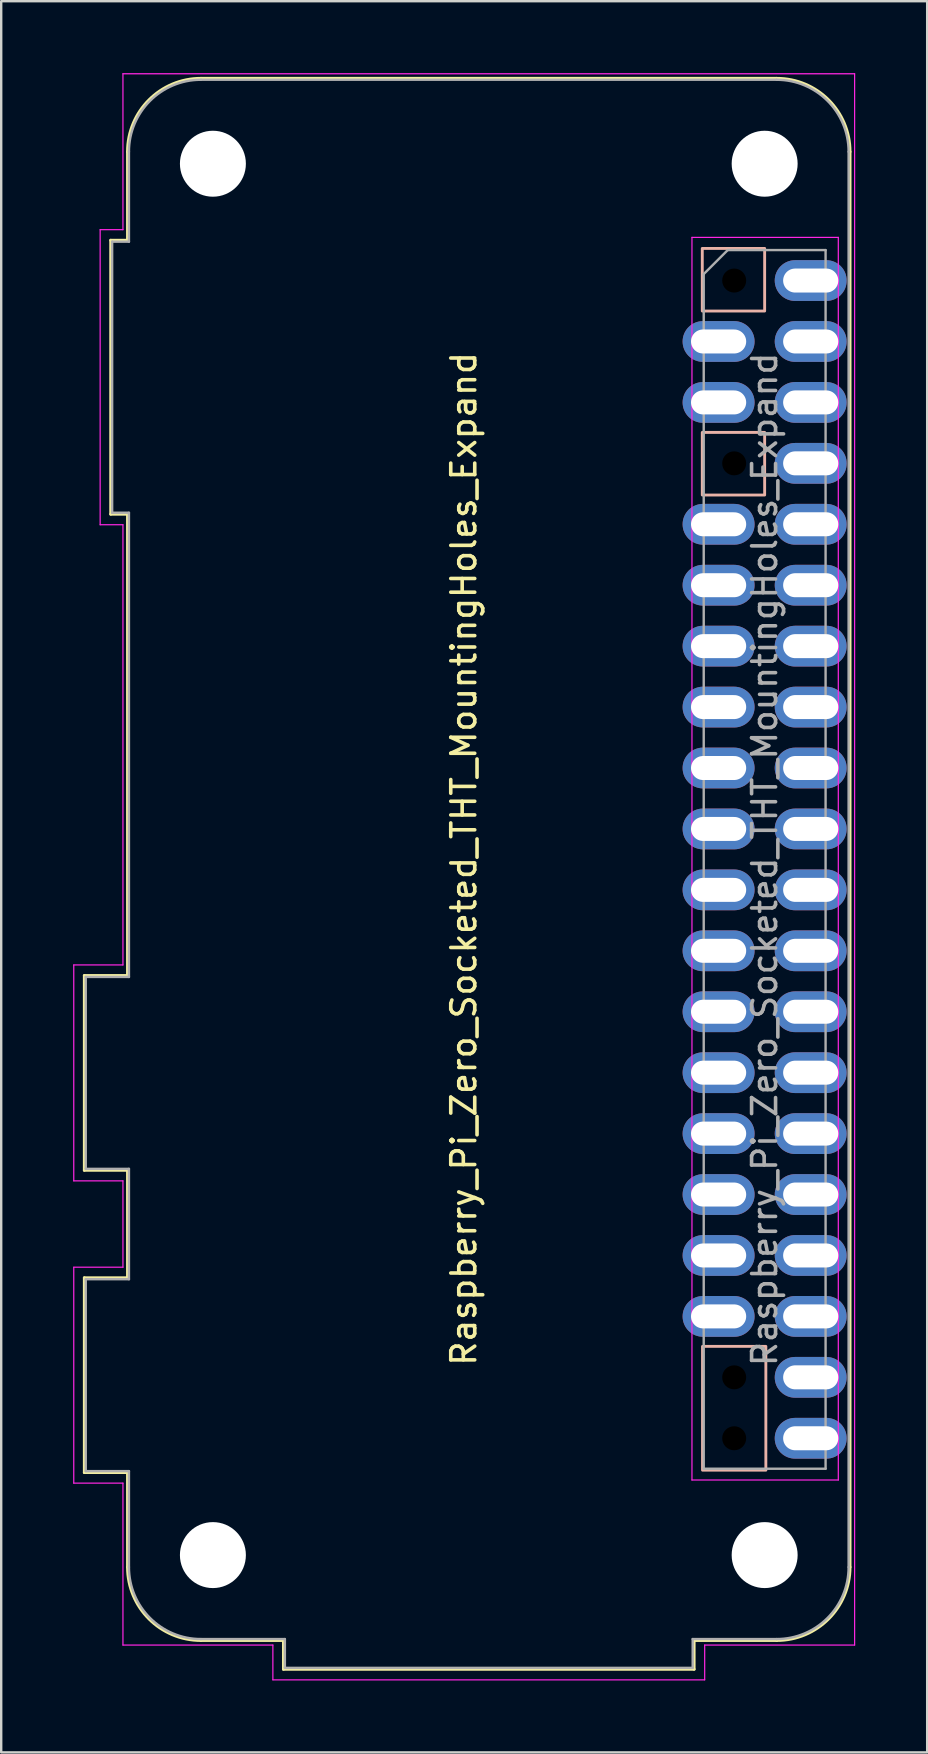
<source format=kicad_pcb>
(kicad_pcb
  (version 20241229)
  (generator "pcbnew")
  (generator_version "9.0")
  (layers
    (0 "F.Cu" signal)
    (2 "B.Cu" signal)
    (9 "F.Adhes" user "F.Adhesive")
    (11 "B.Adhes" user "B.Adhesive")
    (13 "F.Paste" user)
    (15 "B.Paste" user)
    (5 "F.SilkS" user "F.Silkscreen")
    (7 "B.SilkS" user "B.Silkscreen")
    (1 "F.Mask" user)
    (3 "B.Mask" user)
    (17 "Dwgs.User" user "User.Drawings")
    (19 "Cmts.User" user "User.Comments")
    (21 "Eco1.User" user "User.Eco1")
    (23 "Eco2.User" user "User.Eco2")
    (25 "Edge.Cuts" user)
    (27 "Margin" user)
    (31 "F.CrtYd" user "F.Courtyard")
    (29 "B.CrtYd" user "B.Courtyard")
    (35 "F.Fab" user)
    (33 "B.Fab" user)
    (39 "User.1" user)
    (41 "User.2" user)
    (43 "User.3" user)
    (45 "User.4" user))
  (footprint "Raspberry_Pi_Zero_Socketed_THT_MountingHoles_Expand"
    (layer "F.Cu")
    (at 28.875 32.775)
    (property "Reference" "Raspberry_Pi_Zero_Socketed_THT_MountingHoles_Expand" (at -12.59 -0.02 90) (layer "F.SilkS") (effects (font (size 1 1) (thickness 0.15))))
    (attr through_hole)
    (fp_line (start -28.41 4.84) (end -26.61 4.84) (stroke (width 0.12) (type solid)) (layer "F.SilkS"))
    (fp_line (start -28.41 12.96) (end -28.41 4.84) (stroke (width 0.12) (type solid)) (layer "F.SilkS"))
    (fp_line (start -28.41 17.44) (end -26.61 17.44) (stroke (width 0.12) (type solid)) (layer "F.SilkS"))
    (fp_line (start -28.41 25.56) (end -28.41 17.44) (stroke (width 0.12) (type solid)) (layer "F.SilkS"))
    (fp_line (start -27.31 -25.81) (end -26.61 -25.81) (stroke (width 0.12) (type solid)) (layer "F.SilkS"))
    (fp_line (start -27.31 -14.39) (end -27.31 -25.81) (stroke (width 0.12) (type solid)) (layer "F.SilkS"))
    (fp_line (start -26.61 -25.81) (end -26.61 -29.5) (stroke (width 0.12) (type solid)) (layer "F.SilkS"))
    (fp_line (start -26.61 -14.39) (end -27.31 -14.39) (stroke (width 0.12) (type solid)) (layer "F.SilkS"))
    (fp_line (start -26.61 4.84) (end -26.61 -14.39) (stroke (width 0.12) (type solid)) (layer "F.SilkS"))
    (fp_line (start -26.61 12.96) (end -28.41 12.96) (stroke (width 0.12) (type solid)) (layer "F.SilkS"))
    (fp_line (start -26.61 17.44) (end -26.61 12.96) (stroke (width 0.12) (type solid)) (layer "F.SilkS"))
    (fp_line (start -26.61 25.56) (end -28.41 25.56) (stroke (width 0.12) (type solid)) (layer "F.SilkS"))
    (fp_line (start -26.61 29.5) (end -26.61 25.56) (stroke (width 0.12) (type solid)) (layer "F.SilkS"))
    (fp_line (start -20.11 32.56) (end -23.55 32.56) (stroke (width 0.12) (type solid)) (layer "F.SilkS"))
    (fp_line (start -20.11 33.76) (end -20.11 32.56) (stroke (width 0.12) (type solid)) (layer "F.SilkS"))
    (fp_line (start -2.99 32.56) (end -2.99 33.76) (stroke (width 0.12) (type solid)) (layer "F.SilkS"))
    (fp_line (start -2.99 32.56) (end 0.45 32.56) (stroke (width 0.12) (type solid)) (layer "F.SilkS"))
    (fp_line (start -2.99 33.76) (end -20.11 33.76) (stroke (width 0.12) (type solid)) (layer "F.SilkS"))
    (fp_line (start 0.45 -32.56) (end -23.55 -32.56) (stroke (width 0.12) (type solid)) (layer "F.SilkS"))
    (fp_line (start 3.51 29.5) (end 3.51 -29.5) (stroke (width 0.12) (type solid)) (layer "F.SilkS"))
    (fp_arc (start -26.61 -29.5) (mid -25.713747 -31.663747) (end -23.55 -32.56) (stroke (width 0.12) (type solid)) (layer "F.SilkS"))
    (fp_arc (start -23.55 32.56) (mid -25.713747 31.663747) (end -26.61 29.5) (stroke (width 0.12) (type solid)) (layer "F.SilkS"))
    (fp_arc (start 0.45 -32.56) (mid 2.613747 -31.663747) (end 3.51 -29.5) (stroke (width 0.12) (type solid)) (layer "F.SilkS"))
    (fp_arc (start 3.51 29.5) (mid 2.613747 31.663747) (end 0.45 32.56) (stroke (width 0.12) (type solid)) (layer "F.SilkS"))
    (fp_rect (start -2.65 -25.47) (end -0.05 -22.86) (stroke (width 0.12) (type default)) (fill no) (layer "B.SilkS"))
    (fp_rect (start -2.64 20.3) (end 0 25.46) (stroke (width 0.12) (type default)) (fill no) (layer "B.SilkS"))
    (fp_rect (start -0.05 -15.19) (end -2.65 -17.8) (stroke (width 0.12) (type default)) (fill no) (layer "B.SilkS"))
    (fp_line (start -28.85 4.4) (end -26.8 4.4) (stroke (width 0.05) (type solid)) (layer "F.CrtYd"))
    (fp_line (start -28.85 13.4) (end -28.85 4.4) (stroke (width 0.05) (type solid)) (layer "F.CrtYd"))
    (fp_line (start -28.85 13.4) (end -26.8 13.4) (stroke (width 0.05) (type solid)) (layer "F.CrtYd"))
    (fp_line (start -28.85 17) (end -26.8 17) (stroke (width 0.05) (type solid)) (layer "F.CrtYd"))
    (fp_line (start -28.85 26) (end -28.85 17) (stroke (width 0.05) (type solid)) (layer "F.CrtYd"))
    (fp_line (start -28.85 26) (end -26.8 26) (stroke (width 0.05) (type solid)) (layer "F.CrtYd"))
    (fp_line (start -27.75 -26.25) (end -27.75 -13.95) (stroke (width 0.05) (type solid)) (layer "F.CrtYd"))
    (fp_line (start -27.75 -26.25) (end -26.8 -26.25) (stroke (width 0.05) (type solid)) (layer "F.CrtYd"))
    (fp_line (start -27.75 -13.95) (end -26.8 -13.95) (stroke (width 0.05) (type solid)) (layer "F.CrtYd"))
    (fp_line (start -26.8 -26.25) (end -26.8 -32.75) (stroke (width 0.05) (type solid)) (layer "F.CrtYd"))
    (fp_line (start -26.8 4.4) (end -26.8 -13.95) (stroke (width 0.05) (type solid)) (layer "F.CrtYd"))
    (fp_line (start -26.8 13.4) (end -26.8 17) (stroke (width 0.05) (type solid)) (layer "F.CrtYd"))
    (fp_line (start -26.8 26) (end -26.8 32.75) (stroke (width 0.05) (type solid)) (layer "F.CrtYd"))
    (fp_line (start -20.55 32.75) (end -26.8 32.75) (stroke (width 0.05) (type solid)) (layer "F.CrtYd"))
    (fp_line (start -20.55 34.2) (end -20.55 32.75) (stroke (width 0.05) (type solid)) (layer "F.CrtYd"))
    (fp_line (start -20.55 34.2) (end -2.55 34.2) (stroke (width 0.05) (type solid)) (layer "F.CrtYd"))
    (fp_line (start -3.08 -25.93) (end -3.08 25.87) (stroke (width 0.05) (type solid)) (layer "F.CrtYd"))
    (fp_line (start -3.08 25.87) (end 3.02 25.87) (stroke (width 0.05) (type solid)) (layer "F.CrtYd"))
    (fp_line (start -2.55 34.2) (end -2.55 32.75) (stroke (width 0.05) (type solid)) (layer "F.CrtYd"))
    (fp_line (start 3.02 -25.93) (end -3.08 -25.93) (stroke (width 0.05) (type solid)) (layer "F.CrtYd"))
    (fp_line (start 3.02 25.87) (end 3.02 -25.93) (stroke (width 0.05) (type solid)) (layer "F.CrtYd"))
    (fp_line (start 3.7 -32.75) (end -26.8 -32.75) (stroke (width 0.05) (type solid)) (layer "F.CrtYd"))
    (fp_line (start 3.7 32.75) (end -2.55 32.75) (stroke (width 0.05) (type solid)) (layer "F.CrtYd"))
    (fp_line (start 3.7 32.75) (end 3.7 -32.75) (stroke (width 0.05) (type solid)) (layer "F.CrtYd"))
    (fp_line (start -28.35 4.9) (end -26.55 4.9) (stroke (width 0.1) (type solid)) (layer "F.Fab"))
    (fp_line (start -28.35 12.9) (end -28.35 4.9) (stroke (width 0.1) (type solid)) (layer "F.Fab"))
    (fp_line (start -28.35 17.5) (end -26.55 17.5) (stroke (width 0.1) (type solid)) (layer "F.Fab"))
    (fp_line (start -28.35 25.5) (end -28.35 17.5) (stroke (width 0.1) (type solid)) (layer "F.Fab"))
    (fp_line (start -27.25 -14.45) (end -27.25 -25.75) (stroke (width 0.1) (type solid)) (layer "F.Fab"))
    (fp_line (start -26.55 -25.75) (end -27.25 -25.75) (stroke (width 0.1) (type solid)) (layer "F.Fab"))
    (fp_line (start -26.55 -25.75) (end -26.55 -29.5) (stroke (width 0.1) (type solid)) (layer "F.Fab"))
    (fp_line (start -26.55 -14.45) (end -27.25 -14.45) (stroke (width 0.1) (type solid)) (layer "F.Fab"))
    (fp_line (start -26.55 4.9) (end -26.55 -14.45) (stroke (width 0.1) (type solid)) (layer "F.Fab"))
    (fp_line (start -26.55 12.9) (end -28.35 12.9) (stroke (width 0.1) (type solid)) (layer "F.Fab"))
    (fp_line (start -26.55 17.5) (end -26.55 12.9) (stroke (width 0.1) (type solid)) (layer "F.Fab"))
    (fp_line (start -26.55 25.5) (end -28.35 25.5) (stroke (width 0.1) (type solid)) (layer "F.Fab"))
    (fp_line (start -26.55 25.5) (end -26.55 29.5) (stroke (width 0.1) (type solid)) (layer "F.Fab"))
    (fp_line (start -23.55 32.5) (end -20.05 32.5) (stroke (width 0.1) (type solid)) (layer "F.Fab"))
    (fp_line (start -20.05 32.5) (end -20.05 33.7) (stroke (width 0.1) (type solid)) (layer "F.Fab"))
    (fp_line (start -3.05 32.5) (end -3.05 33.7) (stroke (width 0.1) (type solid)) (layer "F.Fab"))
    (fp_line (start -3.05 33.7) (end -20.05 33.7) (stroke (width 0.1) (type solid)) (layer "F.Fab"))
    (fp_line (start -2.59 -24.4) (end -2.59 25.4) (stroke (width 0.1) (type solid)) (layer "F.Fab"))
    (fp_line (start -2.59 25.4) (end 2.49 25.4) (stroke (width 0.1) (type solid)) (layer "F.Fab"))
    (fp_line (start -1.59 -25.4) (end -2.59 -24.4) (stroke (width 0.1) (type solid)) (layer "F.Fab"))
    (fp_line (start 0.45 -32.5) (end -23.55 -32.5) (stroke (width 0.1) (type solid)) (layer "F.Fab"))
    (fp_line (start 0.45 32.5) (end -3.05 32.5) (stroke (width 0.1) (type solid)) (layer "F.Fab"))
    (fp_line (start 2.49 -25.4) (end -1.59 -25.4) (stroke (width 0.1) (type solid)) (layer "F.Fab"))
    (fp_line (start 2.49 25.4) (end 2.49 -25.4) (stroke (width 0.1) (type solid)) (layer "F.Fab"))
    (fp_line (start 3.45 29.5) (end 3.45 -29.5) (stroke (width 0.1) (type solid)) (layer "F.Fab"))
    (fp_arc (start -26.55 -29.5) (mid -25.67132 -31.62132) (end -23.55 -32.5) (stroke (width 0.1) (type solid)) (layer "F.Fab"))
    (fp_arc (start -23.55 32.5) (mid -25.67132 31.62132) (end -26.55 29.5) (stroke (width 0.1) (type solid)) (layer "F.Fab"))
    (fp_arc (start 0.45 -32.5) (mid 2.57132 -31.62132) (end 3.45 -29.5) (stroke (width 0.1) (type solid)) (layer "F.Fab"))
    (fp_arc (start 3.45 29.5) (mid 2.57132 31.62132) (end 0.45 32.5) (stroke (width 0.1) (type solid)) (layer "F.Fab"))
    (fp_text user "${REFERENCE}" (at -0.05 0 90) (layer "F.Fab") (effects (font (size 1 1) (thickness 0.15))))
    (pad "" np_thru_hole circle (at -23.05 -29 270) (size 2.75 2.75) (drill 2.75) (layers "*.Cu" "*.Mask"))
    (pad "" np_thru_hole circle (at -23.05 29 270) (size 2.75 2.75) (drill 2.75) (layers "*.Cu" "*.Mask"))
    (pad "" np_thru_hole circle (at -1.32 -24.13 315) (size 1.7 1.7) (drill 1) (layers "*.Mask"))
    (pad "" np_thru_hole circle (at -1.32 -16.51) (size 1.7 1.7) (drill 1) (layers "*.Mask"))
    (pad "" np_thru_hole oval (at -1.32 21.59) (size 1.7 1.7) (drill 1) (layers "*.Mask"))
    (pad "" np_thru_hole oval (at -1.32 24.13) (size 1.7 1.7) (drill 1) (layers "*.Mask"))
    (pad "" np_thru_hole circle (at -0.05 -29 270) (size 2.75 2.75) (drill 2.75) (layers "*.Cu" "*.Mask"))
    (pad "" np_thru_hole circle (at -0.05 29 270) (size 2.75 2.75) (drill 2.75) (layers "*.Cu" "*.Mask"))
    (pad "2" thru_hole oval (at 1.87 -24.13) (size 3 1.7) (drill oval 2.3 1) (layers "*.Cu" "*.Mask"))
    (pad "3" thru_hole oval (at -1.97 -21.59) (size 3 1.7) (drill oval 2.3 1) (layers "*.Cu" "*.Mask"))
    (pad "4" thru_hole oval (at 1.87 -21.59) (size 3 1.7) (drill oval 2.3 1) (layers "*.Cu" "*.Mask"))
    (pad "5" thru_hole oval (at -1.97 -19.05) (size 3 1.7) (drill oval 2.3 1) (layers "*.Cu" "*.Mask"))
    (pad "6" thru_hole oval (at 1.87 -19.05) (size 3 1.7) (drill oval 2.3 1) (layers "*.Cu" "*.Mask"))
    (pad "8" thru_hole oval (at 1.87 -16.51) (size 3 1.7) (drill oval 2.3 1) (layers "*.Cu" "*.Mask"))
    (pad "9" thru_hole oval (at -1.97 -13.97) (size 3 1.7) (drill oval 2.3 1) (layers "*.Cu" "*.Mask"))
    (pad "10" thru_hole oval (at 1.87 -13.97) (size 3 1.7) (drill oval 2.3 1) (layers "*.Cu" "*.Mask"))
    (pad "11" thru_hole oval (at -1.97 -11.43) (size 3 1.7) (drill oval 2.3 1) (layers "*.Cu" "*.Mask"))
    (pad "12" thru_hole oval (at 1.87 -11.43) (size 3 1.7) (drill oval 2.3 1) (layers "*.Cu" "*.Mask"))
    (pad "13" thru_hole oval (at -1.97 -8.89) (size 3 1.7) (drill oval 2.3 1) (layers "*.Cu" "*.Mask"))
    (pad "14" thru_hole oval (at 1.87 -8.89) (size 3 1.7) (drill oval 2.3 1) (layers "*.Cu" "*.Mask"))
    (pad "15" thru_hole oval (at -1.97 -6.35) (size 3 1.7) (drill oval 2.3 1) (layers "*.Cu" "*.Mask"))
    (pad "16" thru_hole oval (at 1.87 -6.35) (size 3 1.7) (drill oval 2.3 1) (layers "*.Cu" "*.Mask"))
    (pad "17" thru_hole oval (at -1.97 -3.81) (size 3 1.7) (drill oval 2.3 1) (layers "*.Cu" "*.Mask"))
    (pad "18" thru_hole oval (at 1.87 -3.81) (size 3 1.7) (drill oval 2.3 1) (layers "*.Cu" "*.Mask"))
    (pad "19" thru_hole oval (at -1.97 -1.27) (size 3 1.7) (drill oval 2.3 1) (layers "*.Cu" "*.Mask"))
    (pad "20" thru_hole oval (at 1.87 -1.27) (size 3 1.7) (drill oval 2.3 1) (layers "*.Cu" "*.Mask"))
    (pad "21" thru_hole oval (at -1.97 1.27) (size 3 1.7) (drill oval 2.3 1) (layers "*.Cu" "*.Mask"))
    (pad "22" thru_hole oval (at 1.87 1.27) (size 3 1.7) (drill oval 2.3 1) (layers "*.Cu" "*.Mask"))
    (pad "23" thru_hole oval (at -1.97 3.81) (size 3 1.7) (drill oval 2.3 1) (layers "*.Cu" "*.Mask"))
    (pad "24" thru_hole oval (at 1.87 3.81) (size 3 1.7) (drill oval 2.3 1) (layers "*.Cu" "*.Mask"))
    (pad "25" thru_hole oval (at -1.97 6.35) (size 3 1.7) (drill oval 2.3 1) (layers "*.Cu" "*.Mask"))
    (pad "26" thru_hole oval (at 1.87 6.35) (size 3 1.7) (drill oval 2.3 1) (layers "*.Cu" "*.Mask"))
    (pad "27" thru_hole oval (at -1.97 8.89) (size 3 1.7) (drill oval 2.3 1) (layers "*.Cu" "*.Mask"))
    (pad "28" thru_hole oval (at 1.87 8.89) (size 3 1.7) (drill oval 2.3 1) (layers "*.Cu" "*.Mask"))
    (pad "29" thru_hole oval (at -1.97 11.43) (size 3 1.7) (drill oval 2.3 1) (layers "*.Cu" "*.Mask"))
    (pad "30" thru_hole oval (at 1.87 11.43) (size 3 1.7) (drill oval 2.3 1) (layers "*.Cu" "*.Mask"))
    (pad "31" thru_hole oval (at -1.97 13.97) (size 3 1.7) (drill oval 2.3 1) (layers "*.Cu" "*.Mask"))
    (pad "32" thru_hole oval (at 1.87 13.97) (size 3 1.7) (drill oval 2.3 1) (layers "*.Cu" "*.Mask"))
    (pad "33" thru_hole oval (at -1.97 16.51) (size 3 1.7) (drill oval 2.3 1) (layers "*.Cu" "*.Mask"))
    (pad "34" thru_hole oval (at 1.87 16.51) (size 3 1.7) (drill oval 2.3 1) (layers "*.Cu" "*.Mask"))
    (pad "35" thru_hole oval (at -1.97 19.05) (size 3 1.7) (drill oval 2.3 1) (layers "*.Cu" "*.Mask"))
    (pad "36" thru_hole oval (at 1.87 19.05) (size 3 1.7) (drill oval 2.3 1) (layers "*.Cu" "*.Mask"))
    (pad "38" thru_hole oval (at 1.87 21.59) (size 3 1.7) (drill oval 2.3 1) (layers "*.Cu" "*.Mask"))
    (pad "40" thru_hole oval (at 1.87 24.13) (size 3 1.7) (drill oval 2.3 1) (layers "*.Cu" "*.Mask")))
  (gr_rect
    (start -3 -3)
    (end 35.6 70)
    (stroke (width 0.1) (type default))
    (fill no)
    (layer "Edge.Cuts")))
</source>
